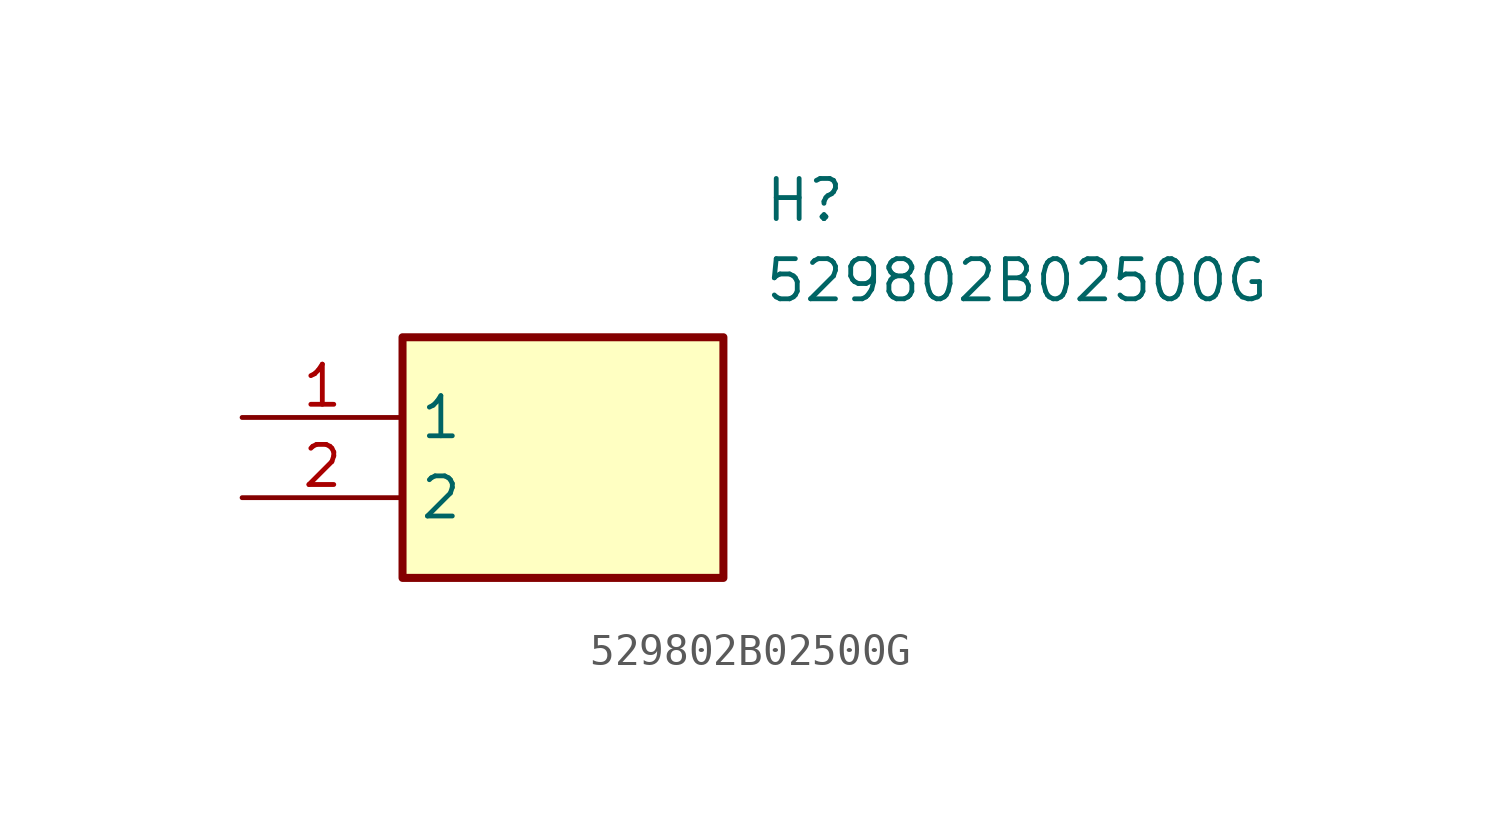
<source format=kicad_sym>
(kicad_symbol_lib
  (version 20211014)
  (generator SamacSys_ECAD_Model)
  (symbol "529802B02500G"
    (property "Reference" "H"
      (at 16.51 7.62 0)
      (effects (font (size 1.27 1.27)) (justify left top)))
    (property "Value" "529802B02500G"
      (at 16.51 5.08 0)
      (effects (font (size 1.27 1.27)) (justify left top)))
    (rectangle
      (start 5.08 2.54)
      (end 15.24 -5.08)
      (stroke (width 0.254) (type default))
      (fill (type background)))
    (pin passive line
      (at 0 0 0)
      (length 5.08)
      (name "1" (effects (font (size 1.27 1.27))))
      (number "1" (effects (font (size 1.27 1.27)))))
    (pin passive line
      (at 0 -2.54 0)
      (length 5.08)
      (name "2" (effects (font (size 1.27 1.27))))
      (number "2" (effects (font (size 1.27 1.27)))))))
</source>
